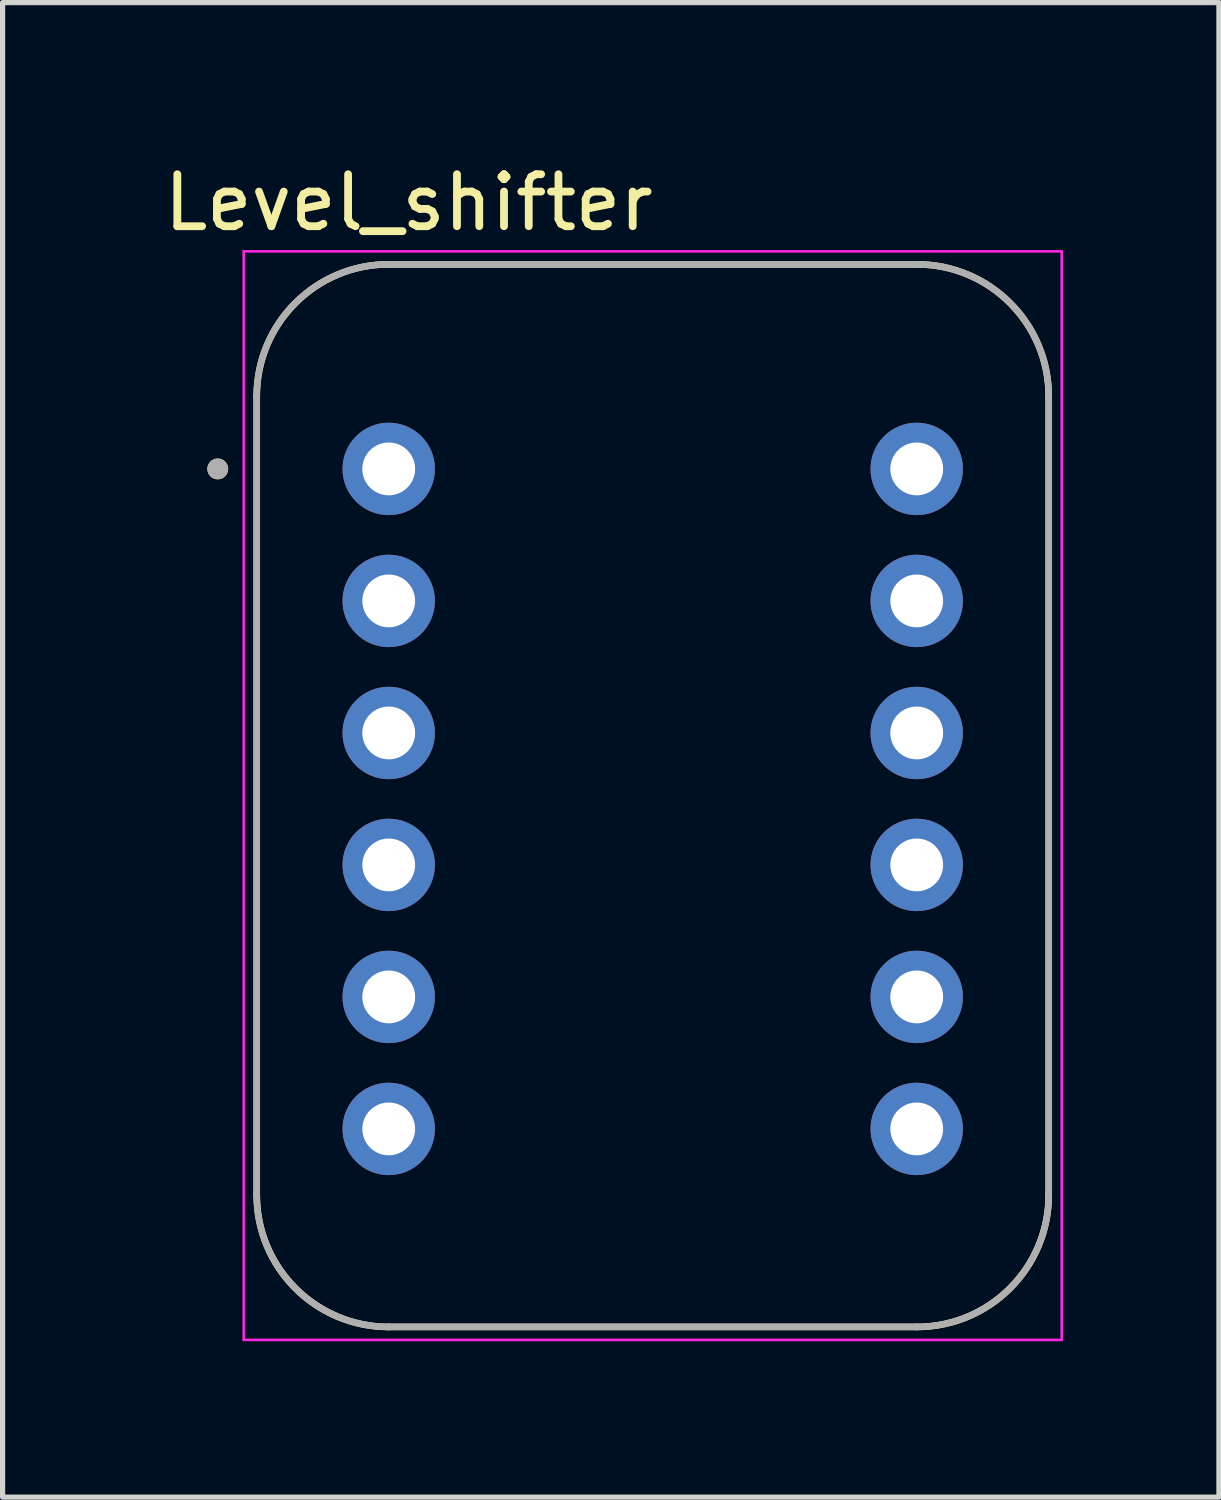
<source format=kicad_pcb>
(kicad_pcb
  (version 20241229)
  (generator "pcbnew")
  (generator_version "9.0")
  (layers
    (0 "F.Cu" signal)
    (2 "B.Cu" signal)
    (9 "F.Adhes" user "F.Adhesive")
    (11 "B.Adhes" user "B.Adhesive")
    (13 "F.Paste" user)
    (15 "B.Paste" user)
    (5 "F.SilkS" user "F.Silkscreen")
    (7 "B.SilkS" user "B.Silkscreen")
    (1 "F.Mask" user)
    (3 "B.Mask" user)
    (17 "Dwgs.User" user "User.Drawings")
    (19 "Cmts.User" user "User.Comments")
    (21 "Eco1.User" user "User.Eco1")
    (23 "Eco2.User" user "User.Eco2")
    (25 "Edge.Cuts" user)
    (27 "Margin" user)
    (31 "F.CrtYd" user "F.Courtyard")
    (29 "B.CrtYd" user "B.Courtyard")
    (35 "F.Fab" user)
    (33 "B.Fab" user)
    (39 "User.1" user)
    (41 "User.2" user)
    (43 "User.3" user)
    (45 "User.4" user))
  (footprint "Level_shifter"
    (layer "F.Cu")
    (at 9.51 12.26)
    (property "Reference" "Level_shifter" (at -4.695 -11.412 0) (layer "F.SilkS") (effects (font (size 1 1) (thickness 0.15))))
    (attr through_hole)
    (fp_line (start -7.62 -7.684) (end -7.62 7.682) (stroke (width 0.127) (type solid)) (layer "F.SilkS"))
    (fp_line (start -5.08 10.223) (end 5.08 10.223) (stroke (width 0.127) (type solid)) (layer "F.SilkS"))
    (fp_line (start 5.08 -10.223) (end -5.08 -10.223) (stroke (width 0.127) (type solid)) (layer "F.SilkS"))
    (fp_line (start 7.62 7.682) (end 7.62 -7.684) (stroke (width 0.127) (type solid)) (layer "F.SilkS"))
    (fp_arc (start -7.62 -7.6835) (mid -6.876051 -9.479551) (end -5.08 -10.2235) (stroke (width 0.127) (type solid)) (layer "F.SilkS"))
    (fp_arc (start -5.08 10.2235) (mid -6.876362 9.478801) (end -7.62 7.682) (stroke (width 0.127) (type solid)) (layer "F.SilkS"))
    (fp_arc (start 5.08 -10.2235) (mid 6.876051 -9.479551) (end 7.62 -7.6835) (stroke (width 0.127) (type solid)) (layer "F.SilkS"))
    (fp_arc (start 7.62 7.682) (mid 6.876362 9.478801) (end 5.08 10.2235) (stroke (width 0.127) (type solid)) (layer "F.SilkS"))
    (fp_circle (center -8.37 -6.287) (end -8.27 -6.287) (stroke (width 0.2) (type solid)) (fill no) (layer "F.SilkS"))
    (fp_line (start -7.87 -10.473) (end -7.87 10.473) (stroke (width 0.05) (type solid)) (layer "F.CrtYd"))
    (fp_line (start -7.87 10.473) (end 7.87 10.473) (stroke (width 0.05) (type solid)) (layer "F.CrtYd"))
    (fp_line (start 7.87 -10.473) (end -7.87 -10.473) (stroke (width 0.05) (type solid)) (layer "F.CrtYd"))
    (fp_line (start 7.87 10.473) (end 7.87 -10.473) (stroke (width 0.05) (type solid)) (layer "F.CrtYd"))
    (fp_line (start -7.62 -7.684) (end -7.62 7.682) (stroke (width 0.127) (type solid)) (layer "F.Fab"))
    (fp_line (start -5.08 10.223) (end 5.08 10.223) (stroke (width 0.127) (type solid)) (layer "F.Fab"))
    (fp_line (start 5.08 -10.223) (end -5.08 -10.223) (stroke (width 0.127) (type solid)) (layer "F.Fab"))
    (fp_line (start 7.62 7.682) (end 7.62 -7.684) (stroke (width 0.127) (type solid)) (layer "F.Fab"))
    (fp_arc (start -7.62 -7.6835) (mid -6.876051 -9.479551) (end -5.08 -10.2235) (stroke (width 0.127) (type solid)) (layer "F.Fab"))
    (fp_arc (start -5.08 10.2235) (mid -6.876362 9.478801) (end -7.62 7.682) (stroke (width 0.127) (type solid)) (layer "F.Fab"))
    (fp_arc (start 5.08 -10.2235) (mid 6.876051 -9.479551) (end 7.62 -7.6835) (stroke (width 0.127) (type solid)) (layer "F.Fab"))
    (fp_arc (start 7.62 7.682) (mid 6.876362 9.478801) (end 5.08 10.2235) (stroke (width 0.127) (type solid)) (layer "F.Fab"))
    (fp_circle (center -8.37 -6.287) (end -8.27 -6.287) (stroke (width 0.2) (type solid)) (fill no) (layer "F.Fab"))
    (pad "1" thru_hole circle (at -5.08 -6.287) (size 1.778 1.778) (drill 1.016) (layers "*.Cu" "*.Mask"))
    (pad "2" thru_hole circle (at -5.08 -3.747) (size 1.778 1.778) (drill 1.016) (layers "*.Cu" "*.Mask"))
    (pad "3" thru_hole circle (at -5.08 -1.206) (size 1.778 1.778) (drill 1.016) (layers "*.Cu" "*.Mask"))
    (pad "4" thru_hole circle (at -5.08 1.333) (size 1.778 1.778) (drill 1.016) (layers "*.Cu" "*.Mask"))
    (pad "5" thru_hole circle (at -5.08 3.873) (size 1.778 1.778) (drill 1.016) (layers "*.Cu" "*.Mask"))
    (pad "6" thru_hole circle (at -5.08 6.413) (size 1.778 1.778) (drill 1.016) (layers "*.Cu" "*.Mask"))
    (pad "7" thru_hole circle (at 5.08 -6.287) (size 1.778 1.778) (drill 1.016) (layers "*.Cu" "*.Mask"))
    (pad "8" thru_hole circle (at 5.08 -3.747) (size 1.778 1.778) (drill 1.016) (layers "*.Cu" "*.Mask"))
    (pad "9" thru_hole circle (at 5.08 -1.206) (size 1.778 1.778) (drill 1.016) (layers "*.Cu" "*.Mask"))
    (pad "10" thru_hole circle (at 5.08 1.333) (size 1.778 1.778) (drill 1.016) (layers "*.Cu" "*.Mask"))
    (pad "11" thru_hole circle (at 5.08 3.873) (size 1.778 1.778) (drill 1.016) (layers "*.Cu" "*.Mask"))
    (pad "12" thru_hole circle (at 5.08 6.413) (size 1.778 1.778) (drill 1.016) (layers "*.Cu" "*.Mask")))
  (gr_rect
    (start -3 -3)
    (end 20.405 25.758)
    (stroke (width 0.1) (type default))
    (fill no)
    (layer "Edge.Cuts")))
</source>
